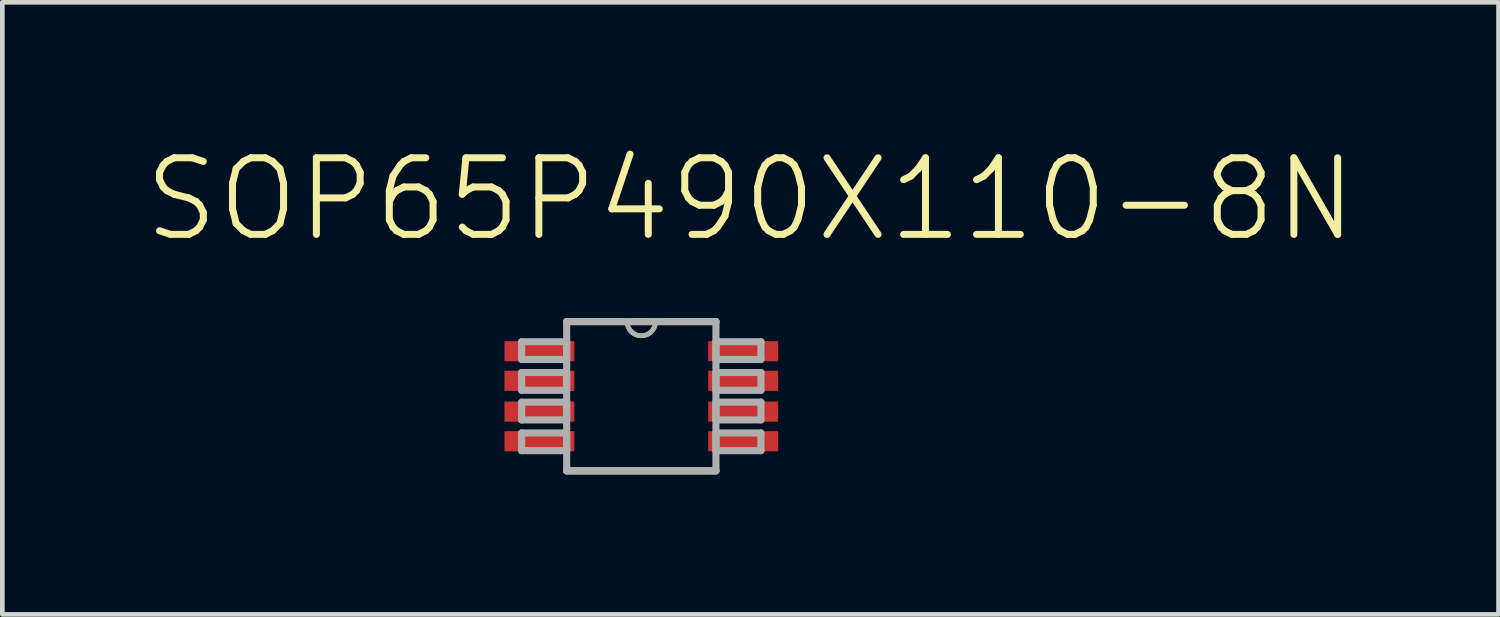
<source format=kicad_pcb>
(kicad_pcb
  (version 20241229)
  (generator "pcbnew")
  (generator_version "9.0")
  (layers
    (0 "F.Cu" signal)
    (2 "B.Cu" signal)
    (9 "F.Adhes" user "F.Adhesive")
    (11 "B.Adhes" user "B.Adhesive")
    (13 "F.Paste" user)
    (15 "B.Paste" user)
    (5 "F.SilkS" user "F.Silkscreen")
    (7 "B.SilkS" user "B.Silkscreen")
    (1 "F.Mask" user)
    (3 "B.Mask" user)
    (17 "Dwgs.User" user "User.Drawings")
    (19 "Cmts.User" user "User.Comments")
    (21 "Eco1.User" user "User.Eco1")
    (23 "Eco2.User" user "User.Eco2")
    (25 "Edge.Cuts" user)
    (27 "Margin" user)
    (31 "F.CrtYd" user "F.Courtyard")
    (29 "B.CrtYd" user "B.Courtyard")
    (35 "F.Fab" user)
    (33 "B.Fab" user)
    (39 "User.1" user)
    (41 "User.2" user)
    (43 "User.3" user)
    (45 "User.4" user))
  (footprint "SOP65P490X110-8N"
    (layer "F.Cu")
    (at 10.698 5.444)
    (property "Reference" "SOP65P490X110-8N" (at 2.339 -4.221 0) (layer "F.SilkS") (effects (font (size 1.642 1.642) (thickness 0.15))))
    (attr smd)
    (fp_line (start -1.6 1.6) (end 1.6 1.6) (stroke (width 0.152) (type solid)) (layer "F.SilkS"))
    (fp_line (start -0.305 -1.6) (end -1.6 -1.6) (stroke (width 0.152) (type solid)) (layer "F.SilkS"))
    (fp_line (start 0.305 -1.6) (end -0.305 -1.6) (stroke (width 0.152) (type solid)) (layer "F.SilkS"))
    (fp_line (start 1.6 -1.6) (end 0.305 -1.6) (stroke (width 0.152) (type solid)) (layer "F.SilkS"))
    (fp_arc (start 0.3048 -1.6002) (mid 0 -1.2954) (end -0.3048 -1.6002) (stroke (width 0.1) (type solid)) (layer "F.SilkS"))
    (fp_line (start -2.565 -1.168) (end -2.565 -0.787) (stroke (width 0.152) (type solid)) (layer "F.Fab"))
    (fp_line (start -2.565 -0.787) (end -1.6 -0.787) (stroke (width 0.152) (type solid)) (layer "F.Fab"))
    (fp_line (start -2.565 -0.508) (end -2.565 -0.127) (stroke (width 0.152) (type solid)) (layer "F.Fab"))
    (fp_line (start -2.565 -0.127) (end -1.6 -0.127) (stroke (width 0.152) (type solid)) (layer "F.Fab"))
    (fp_line (start -2.565 0.127) (end -2.565 0.508) (stroke (width 0.152) (type solid)) (layer "F.Fab"))
    (fp_line (start -2.565 0.508) (end -1.6 0.508) (stroke (width 0.152) (type solid)) (layer "F.Fab"))
    (fp_line (start -2.565 0.787) (end -2.565 1.168) (stroke (width 0.152) (type solid)) (layer "F.Fab"))
    (fp_line (start -2.565 1.168) (end -1.6 1.168) (stroke (width 0.152) (type solid)) (layer "F.Fab"))
    (fp_line (start -1.6 -1.6) (end -1.6 1.6) (stroke (width 0.152) (type solid)) (layer "F.Fab"))
    (fp_line (start -1.6 -1.168) (end -2.565 -1.168) (stroke (width 0.152) (type solid)) (layer "F.Fab"))
    (fp_line (start -1.6 -0.787) (end -1.6 -1.168) (stroke (width 0.152) (type solid)) (layer "F.Fab"))
    (fp_line (start -1.6 -0.508) (end -2.565 -0.508) (stroke (width 0.152) (type solid)) (layer "F.Fab"))
    (fp_line (start -1.6 -0.127) (end -1.6 -0.508) (stroke (width 0.152) (type solid)) (layer "F.Fab"))
    (fp_line (start -1.6 0.127) (end -2.565 0.127) (stroke (width 0.152) (type solid)) (layer "F.Fab"))
    (fp_line (start -1.6 0.508) (end -1.6 0.127) (stroke (width 0.152) (type solid)) (layer "F.Fab"))
    (fp_line (start -1.6 0.787) (end -2.565 0.787) (stroke (width 0.152) (type solid)) (layer "F.Fab"))
    (fp_line (start -1.6 1.168) (end -1.6 0.787) (stroke (width 0.152) (type solid)) (layer "F.Fab"))
    (fp_line (start -1.6 1.6) (end 1.6 1.6) (stroke (width 0.152) (type solid)) (layer "F.Fab"))
    (fp_line (start -0.305 -1.6) (end -1.6 -1.6) (stroke (width 0.152) (type solid)) (layer "F.Fab"))
    (fp_line (start 0.305 -1.6) (end -0.305 -1.6) (stroke (width 0.152) (type solid)) (layer "F.Fab"))
    (fp_line (start 1.6 -1.6) (end 0.305 -1.6) (stroke (width 0.152) (type solid)) (layer "F.Fab"))
    (fp_line (start 1.6 -1.168) (end 1.6 -0.787) (stroke (width 0.152) (type solid)) (layer "F.Fab"))
    (fp_line (start 1.6 -0.787) (end 2.565 -0.787) (stroke (width 0.152) (type solid)) (layer "F.Fab"))
    (fp_line (start 1.6 -0.508) (end 1.6 -0.127) (stroke (width 0.152) (type solid)) (layer "F.Fab"))
    (fp_line (start 1.6 -0.127) (end 2.565 -0.127) (stroke (width 0.152) (type solid)) (layer "F.Fab"))
    (fp_line (start 1.6 0.127) (end 1.6 0.508) (stroke (width 0.152) (type solid)) (layer "F.Fab"))
    (fp_line (start 1.6 0.508) (end 2.565 0.508) (stroke (width 0.152) (type solid)) (layer "F.Fab"))
    (fp_line (start 1.6 0.787) (end 1.6 1.168) (stroke (width 0.152) (type solid)) (layer "F.Fab"))
    (fp_line (start 1.6 1.168) (end 2.565 1.168) (stroke (width 0.152) (type solid)) (layer "F.Fab"))
    (fp_line (start 1.6 1.6) (end 1.6 -1.6) (stroke (width 0.152) (type solid)) (layer "F.Fab"))
    (fp_line (start 2.565 -1.168) (end 1.6 -1.168) (stroke (width 0.152) (type solid)) (layer "F.Fab"))
    (fp_line (start 2.565 -0.787) (end 2.565 -1.168) (stroke (width 0.152) (type solid)) (layer "F.Fab"))
    (fp_line (start 2.565 -0.508) (end 1.6 -0.508) (stroke (width 0.152) (type solid)) (layer "F.Fab"))
    (fp_line (start 2.565 -0.127) (end 2.565 -0.508) (stroke (width 0.152) (type solid)) (layer "F.Fab"))
    (fp_line (start 2.565 0.127) (end 1.6 0.127) (stroke (width 0.152) (type solid)) (layer "F.Fab"))
    (fp_line (start 2.565 0.508) (end 2.565 0.127) (stroke (width 0.152) (type solid)) (layer "F.Fab"))
    (fp_line (start 2.565 0.787) (end 1.6 0.787) (stroke (width 0.152) (type solid)) (layer "F.Fab"))
    (fp_line (start 2.565 1.168) (end 2.565 0.787) (stroke (width 0.152) (type solid)) (layer "F.Fab"))
    (fp_arc (start 0.3048 -1.6002) (mid 0 -1.2954) (end -0.3048 -1.6002) (stroke (width 0.1) (type solid)) (layer "F.Fab"))
    (pad "1" smd rect (at -2.184 -0.965) (size 1.499 0.432) (layers "F.Cu" "F.Mask" "F.Paste"))
    (pad "2" smd rect (at -2.184 -0.33) (size 1.499 0.432) (layers "F.Cu" "F.Mask" "F.Paste"))
    (pad "3" smd rect (at -2.184 0.33) (size 1.499 0.432) (layers "F.Cu" "F.Mask" "F.Paste"))
    (pad "4" smd rect (at -2.184 0.965) (size 1.499 0.432) (layers "F.Cu" "F.Mask" "F.Paste"))
    (pad "5" smd rect (at 2.184 0.965) (size 1.499 0.432) (layers "F.Cu" "F.Mask" "F.Paste"))
    (pad "6" smd rect (at 2.184 0.33) (size 1.499 0.432) (layers "F.Cu" "F.Mask" "F.Paste"))
    (pad "7" smd rect (at 2.184 -0.33) (size 1.499 0.432) (layers "F.Cu" "F.Mask" "F.Paste"))
    (pad "8" smd rect (at 2.184 -0.965) (size 1.499 0.432) (layers "F.Cu" "F.Mask" "F.Paste")))
  (gr_rect
    (start -3 -3)
    (end 29.075 10.121)
    (stroke (width 0.1) (type default))
    (fill no)
    (layer "Edge.Cuts")))
</source>
